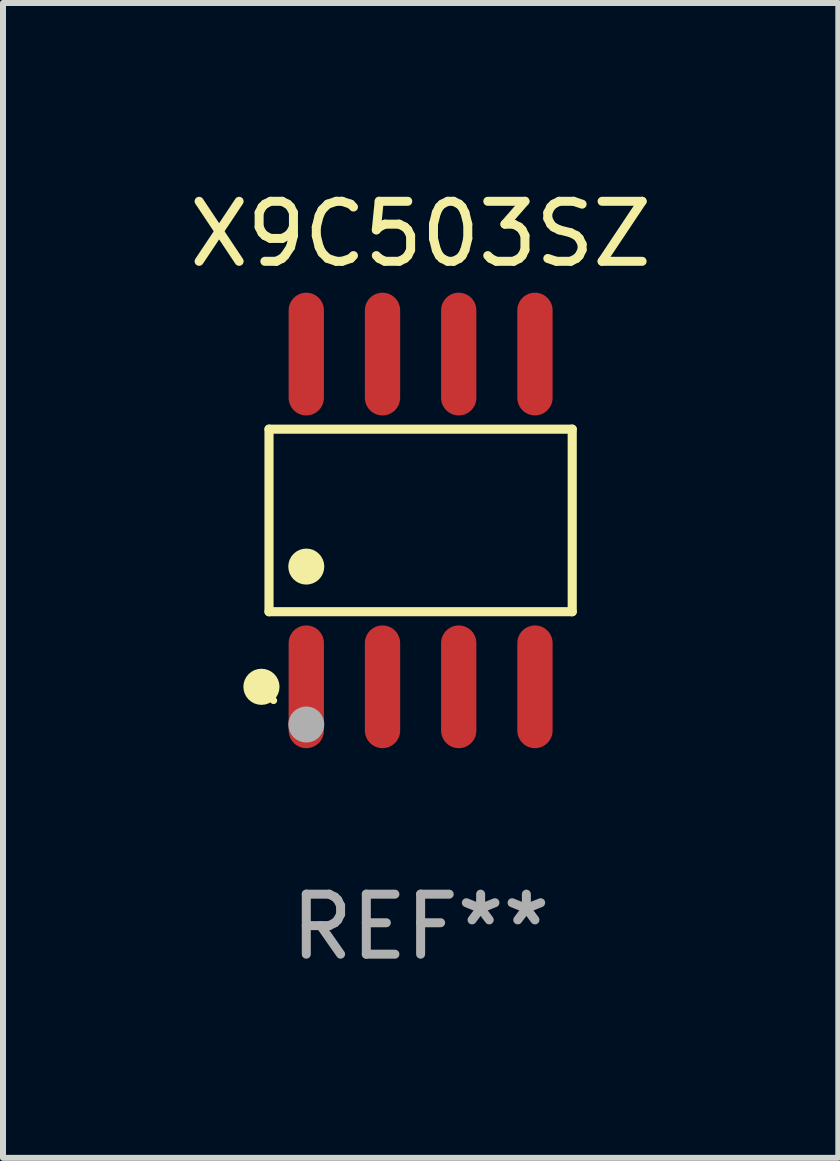
<source format=kicad_pcb>
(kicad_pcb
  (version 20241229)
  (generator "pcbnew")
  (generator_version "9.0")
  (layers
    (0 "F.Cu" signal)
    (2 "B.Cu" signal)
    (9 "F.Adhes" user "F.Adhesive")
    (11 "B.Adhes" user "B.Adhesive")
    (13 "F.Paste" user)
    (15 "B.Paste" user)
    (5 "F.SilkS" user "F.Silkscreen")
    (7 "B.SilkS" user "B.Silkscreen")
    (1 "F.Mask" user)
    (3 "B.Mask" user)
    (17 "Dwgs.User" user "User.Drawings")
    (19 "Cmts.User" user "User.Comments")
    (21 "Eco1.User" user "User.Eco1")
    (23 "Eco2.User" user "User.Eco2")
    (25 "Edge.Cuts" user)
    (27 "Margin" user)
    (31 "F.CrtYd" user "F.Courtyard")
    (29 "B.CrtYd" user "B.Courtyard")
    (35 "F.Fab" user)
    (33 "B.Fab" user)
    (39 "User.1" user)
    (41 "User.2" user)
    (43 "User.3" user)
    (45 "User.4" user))
  (footprint "X9C503SZ"
    (layer "F.Cu")
    (at 3.958 5.621)
    (property "Reference" "X9C503SZ" (at 0 -4.772 0) (layer "F.SilkS") (effects (font (size 1 1) (thickness 0.15))))
    (attr through_hole)
    (fp_line (start -2.526 -1.521) (end 2.526 -1.521) (stroke (width 0.152) (type solid)) (layer "F.SilkS"))
    (fp_line (start -2.526 1.521) (end -2.526 -1.521) (stroke (width 0.152) (type solid)) (layer "F.SilkS"))
    (fp_line (start 2.526 -1.521) (end 2.526 1.521) (stroke (width 0.152) (type solid)) (layer "F.SilkS"))
    (fp_line (start 2.526 1.521) (end -2.526 1.521) (stroke (width 0.152) (type solid)) (layer "F.SilkS"))
    (fp_circle (center -2.652 2.772) (end -2.501 2.772) (stroke (width 0.3) (type solid)) (fill no) (layer "F.SilkS"))
    (fp_circle (center -2.45 3) (end -2.42 3) (stroke (width 0.06) (type solid)) (fill no) (layer "F.SilkS"))
    (fp_circle (center -1.905 0.769) (end -1.755 0.769) (stroke (width 0.3) (type solid)) (fill no) (layer "F.SilkS"))
    (fp_circle (center -1.905 3.4) (end -1.755 3.4) (stroke (width 0.3) (type solid)) (fill no) (layer "F.Fab"))
    (fp_text user "REF**" (at 0 6.772 0) (layer "F.Fab") (effects (font (size 1 1) (thickness 0.15))))
    (pad "1" smd oval (at -1.905 2.772) (size 0.588 2.045) (layers "F.Cu" "F.Mask" "F.Paste"))
    (pad "2" smd oval (at -0.635 2.772) (size 0.588 2.045) (layers "F.Cu" "F.Mask" "F.Paste"))
    (pad "3" smd oval (at 0.635 2.772) (size 0.588 2.045) (layers "F.Cu" "F.Mask" "F.Paste"))
    (pad "4" smd oval (at 1.905 2.772) (size 0.588 2.045) (layers "F.Cu" "F.Mask" "F.Paste"))
    (pad "5" smd oval (at 1.905 -2.772) (size 0.588 2.045) (layers "F.Cu" "F.Mask" "F.Paste"))
    (pad "6" smd oval (at 0.635 -2.772) (size 0.588 2.045) (layers "F.Cu" "F.Mask" "F.Paste"))
    (pad "7" smd oval (at -0.635 -2.772) (size 0.588 2.045) (layers "F.Cu" "F.Mask" "F.Paste"))
    (pad "8" smd oval (at -1.905 -2.772) (size 0.588 2.045) (layers "F.Cu" "F.Mask" "F.Paste")))
  (gr_rect
    (start -3 -3)
    (end 10.917 16.241)
    (stroke (width 0.1) (type default))
    (fill no)
    (layer "Edge.Cuts")))
</source>
